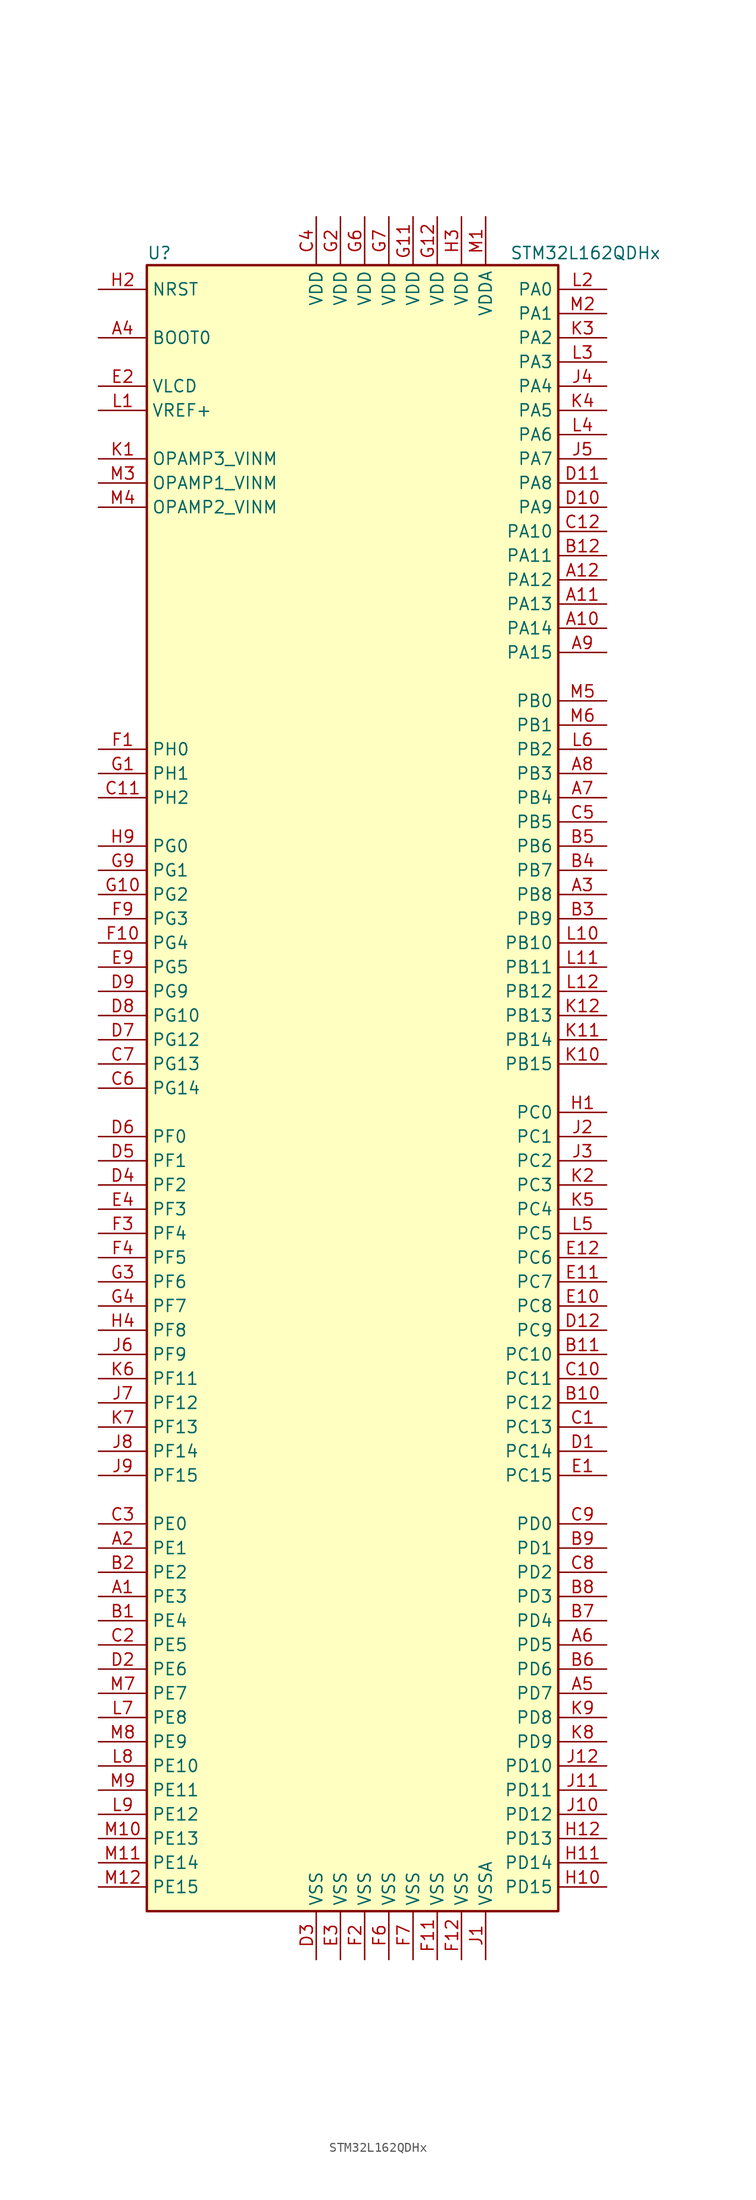
<source format=kicad_sym>
(kicad_symbol_lib
  (version 20201005)
  (generator kicad_symbol_editor)
  (symbol "STM32L162QDHx"
    (property "Reference" "U"
      (at -22.86 87.63 0)
      (effects (font (size 1.27 1.27)) (justify left)))
    (property "Value" "STM32L162QDHx"
      (at 15.24 87.63 0)
      (effects (font (size 1.27 1.27)) (justify left)))
    (symbol "STM32L162QDHx_0_1"
      (rectangle (start -22.86 -86.36) (end 20.32 86.36) (stroke (width 0.254)) (fill (type background))))
    (symbol "STM32L162QDHx_1_1"
      (pin input line (at -27.94 78.74 0) (length 5.08) (name "BOOT0" (effects (font (size 1.27 1.27)))) (number "A4" (effects (font (size 1.27 1.27)))))
      (pin input line (at -27.94 83.82 0) (length 5.08) (name "NRST" (effects (font (size 1.27 1.27)))) (number "H2" (effects (font (size 1.27 1.27)))))
      (pin bidirectional line (at -27.94 63.5 0) (length 5.08) (name "OPAMP1_VINM" (effects (font (size 1.27 1.27)))) (number "M3" (effects (font (size 1.27 1.27)))))
      (pin bidirectional line (at -27.94 60.96 0) (length 5.08) (name "OPAMP2_VINM" (effects (font (size 1.27 1.27)))) (number "M4" (effects (font (size 1.27 1.27)))))
      (pin bidirectional line (at -27.94 66.04 0) (length 5.08) (name "OPAMP3_VINM" (effects (font (size 1.27 1.27)))) (number "K1" (effects (font (size 1.27 1.27)))))
      (pin bidirectional line (at 25.4 83.82 180) (length 5.08) (name "PA0" (effects (font (size 1.27 1.27)))) (number "L2" (effects (font (size 1.27 1.27)))))
      (pin bidirectional line (at 25.4 81.28 180) (length 5.08) (name "PA1" (effects (font (size 1.27 1.27)))) (number "M2" (effects (font (size 1.27 1.27)))))
      (pin bidirectional line (at 25.4 58.42 180) (length 5.08) (name "PA10" (effects (font (size 1.27 1.27)))) (number "C12" (effects (font (size 1.27 1.27)))))
      (pin bidirectional line (at 25.4 55.88 180) (length 5.08) (name "PA11" (effects (font (size 1.27 1.27)))) (number "B12" (effects (font (size 1.27 1.27)))))
      (pin bidirectional line (at 25.4 53.34 180) (length 5.08) (name "PA12" (effects (font (size 1.27 1.27)))) (number "A12" (effects (font (size 1.27 1.27)))))
      (pin bidirectional line (at 25.4 50.8 180) (length 5.08) (name "PA13" (effects (font (size 1.27 1.27)))) (number "A11" (effects (font (size 1.27 1.27)))))
      (pin bidirectional line (at 25.4 48.26 180) (length 5.08) (name "PA14" (effects (font (size 1.27 1.27)))) (number "A10" (effects (font (size 1.27 1.27)))))
      (pin bidirectional line (at 25.4 45.72 180) (length 5.08) (name "PA15" (effects (font (size 1.27 1.27)))) (number "A9" (effects (font (size 1.27 1.27)))))
      (pin bidirectional line (at 25.4 78.74 180) (length 5.08) (name "PA2" (effects (font (size 1.27 1.27)))) (number "K3" (effects (font (size 1.27 1.27)))))
      (pin bidirectional line (at 25.4 76.2 180) (length 5.08) (name "PA3" (effects (font (size 1.27 1.27)))) (number "L3" (effects (font (size 1.27 1.27)))))
      (pin bidirectional line (at 25.4 73.66 180) (length 5.08) (name "PA4" (effects (font (size 1.27 1.27)))) (number "J4" (effects (font (size 1.27 1.27)))))
      (pin bidirectional line (at 25.4 71.12 180) (length 5.08) (name "PA5" (effects (font (size 1.27 1.27)))) (number "K4" (effects (font (size 1.27 1.27)))))
      (pin bidirectional line (at 25.4 68.58 180) (length 5.08) (name "PA6" (effects (font (size 1.27 1.27)))) (number "L4" (effects (font (size 1.27 1.27)))))
      (pin bidirectional line (at 25.4 66.04 180) (length 5.08) (name "PA7" (effects (font (size 1.27 1.27)))) (number "J5" (effects (font (size 1.27 1.27)))))
      (pin bidirectional line (at 25.4 63.5 180) (length 5.08) (name "PA8" (effects (font (size 1.27 1.27)))) (number "D11" (effects (font (size 1.27 1.27)))))
      (pin bidirectional line (at 25.4 60.96 180) (length 5.08) (name "PA9" (effects (font (size 1.27 1.27)))) (number "D10" (effects (font (size 1.27 1.27)))))
      (pin bidirectional line (at 25.4 40.64 180) (length 5.08) (name "PB0" (effects (font (size 1.27 1.27)))) (number "M5" (effects (font (size 1.27 1.27)))))
      (pin bidirectional line (at 25.4 38.1 180) (length 5.08) (name "PB1" (effects (font (size 1.27 1.27)))) (number "M6" (effects (font (size 1.27 1.27)))))
      (pin bidirectional line (at 25.4 15.24 180) (length 5.08) (name "PB10" (effects (font (size 1.27 1.27)))) (number "L10" (effects (font (size 1.27 1.27)))))
      (pin bidirectional line (at 25.4 12.7 180) (length 5.08) (name "PB11" (effects (font (size 1.27 1.27)))) (number "L11" (effects (font (size 1.27 1.27)))))
      (pin bidirectional line (at 25.4 10.16 180) (length 5.08) (name "PB12" (effects (font (size 1.27 1.27)))) (number "L12" (effects (font (size 1.27 1.27)))))
      (pin bidirectional line (at 25.4 7.62 180) (length 5.08) (name "PB13" (effects (font (size 1.27 1.27)))) (number "K12" (effects (font (size 1.27 1.27)))))
      (pin bidirectional line (at 25.4 5.08 180) (length 5.08) (name "PB14" (effects (font (size 1.27 1.27)))) (number "K11" (effects (font (size 1.27 1.27)))))
      (pin bidirectional line (at 25.4 2.54 180) (length 5.08) (name "PB15" (effects (font (size 1.27 1.27)))) (number "K10" (effects (font (size 1.27 1.27)))))
      (pin bidirectional line (at 25.4 35.56 180) (length 5.08) (name "PB2" (effects (font (size 1.27 1.27)))) (number "L6" (effects (font (size 1.27 1.27)))))
      (pin bidirectional line (at 25.4 33.02 180) (length 5.08) (name "PB3" (effects (font (size 1.27 1.27)))) (number "A8" (effects (font (size 1.27 1.27)))))
      (pin bidirectional line (at 25.4 30.48 180) (length 5.08) (name "PB4" (effects (font (size 1.27 1.27)))) (number "A7" (effects (font (size 1.27 1.27)))))
      (pin bidirectional line (at 25.4 27.94 180) (length 5.08) (name "PB5" (effects (font (size 1.27 1.27)))) (number "C5" (effects (font (size 1.27 1.27)))))
      (pin bidirectional line (at 25.4 25.4 180) (length 5.08) (name "PB6" (effects (font (size 1.27 1.27)))) (number "B5" (effects (font (size 1.27 1.27)))))
      (pin bidirectional line (at 25.4 22.86 180) (length 5.08) (name "PB7" (effects (font (size 1.27 1.27)))) (number "B4" (effects (font (size 1.27 1.27)))))
      (pin bidirectional line (at 25.4 20.32 180) (length 5.08) (name "PB8" (effects (font (size 1.27 1.27)))) (number "A3" (effects (font (size 1.27 1.27)))))
      (pin bidirectional line (at 25.4 17.78 180) (length 5.08) (name "PB9" (effects (font (size 1.27 1.27)))) (number "B3" (effects (font (size 1.27 1.27)))))
      (pin bidirectional line (at 25.4 -2.54 180) (length 5.08) (name "PC0" (effects (font (size 1.27 1.27)))) (number "H1" (effects (font (size 1.27 1.27)))))
      (pin bidirectional line (at 25.4 -5.08 180) (length 5.08) (name "PC1" (effects (font (size 1.27 1.27)))) (number "J2" (effects (font (size 1.27 1.27)))))
      (pin bidirectional line (at 25.4 -27.94 180) (length 5.08) (name "PC10" (effects (font (size 1.27 1.27)))) (number "B11" (effects (font (size 1.27 1.27)))))
      (pin bidirectional line (at 25.4 -30.48 180) (length 5.08) (name "PC11" (effects (font (size 1.27 1.27)))) (number "C10" (effects (font (size 1.27 1.27)))))
      (pin bidirectional line (at 25.4 -33.02 180) (length 5.08) (name "PC12" (effects (font (size 1.27 1.27)))) (number "B10" (effects (font (size 1.27 1.27)))))
      (pin bidirectional line (at 25.4 -35.56 180) (length 5.08) (name "PC13" (effects (font (size 1.27 1.27)))) (number "C1" (effects (font (size 1.27 1.27)))))
      (pin bidirectional line (at 25.4 -38.1 180) (length 5.08) (name "PC14" (effects (font (size 1.27 1.27)))) (number "D1" (effects (font (size 1.27 1.27)))))
      (pin bidirectional line (at 25.4 -40.64 180) (length 5.08) (name "PC15" (effects (font (size 1.27 1.27)))) (number "E1" (effects (font (size 1.27 1.27)))))
      (pin bidirectional line (at 25.4 -7.62 180) (length 5.08) (name "PC2" (effects (font (size 1.27 1.27)))) (number "J3" (effects (font (size 1.27 1.27)))))
      (pin bidirectional line (at 25.4 -10.16 180) (length 5.08) (name "PC3" (effects (font (size 1.27 1.27)))) (number "K2" (effects (font (size 1.27 1.27)))))
      (pin bidirectional line (at 25.4 -12.7 180) (length 5.08) (name "PC4" (effects (font (size 1.27 1.27)))) (number "K5" (effects (font (size 1.27 1.27)))))
      (pin bidirectional line (at 25.4 -15.24 180) (length 5.08) (name "PC5" (effects (font (size 1.27 1.27)))) (number "L5" (effects (font (size 1.27 1.27)))))
      (pin bidirectional line (at 25.4 -17.78 180) (length 5.08) (name "PC6" (effects (font (size 1.27 1.27)))) (number "E12" (effects (font (size 1.27 1.27)))))
      (pin bidirectional line (at 25.4 -20.32 180) (length 5.08) (name "PC7" (effects (font (size 1.27 1.27)))) (number "E11" (effects (font (size 1.27 1.27)))))
      (pin bidirectional line (at 25.4 -22.86 180) (length 5.08) (name "PC8" (effects (font (size 1.27 1.27)))) (number "E10" (effects (font (size 1.27 1.27)))))
      (pin bidirectional line (at 25.4 -25.4 180) (length 5.08) (name "PC9" (effects (font (size 1.27 1.27)))) (number "D12" (effects (font (size 1.27 1.27)))))
      (pin bidirectional line (at 25.4 -45.72 180) (length 5.08) (name "PD0" (effects (font (size 1.27 1.27)))) (number "C9" (effects (font (size 1.27 1.27)))))
      (pin bidirectional line (at 25.4 -48.26 180) (length 5.08) (name "PD1" (effects (font (size 1.27 1.27)))) (number "B9" (effects (font (size 1.27 1.27)))))
      (pin bidirectional line (at 25.4 -71.12 180) (length 5.08) (name "PD10" (effects (font (size 1.27 1.27)))) (number "J12" (effects (font (size 1.27 1.27)))))
      (pin bidirectional line (at 25.4 -73.66 180) (length 5.08) (name "PD11" (effects (font (size 1.27 1.27)))) (number "J11" (effects (font (size 1.27 1.27)))))
      (pin bidirectional line (at 25.4 -76.2 180) (length 5.08) (name "PD12" (effects (font (size 1.27 1.27)))) (number "J10" (effects (font (size 1.27 1.27)))))
      (pin bidirectional line (at 25.4 -78.74 180) (length 5.08) (name "PD13" (effects (font (size 1.27 1.27)))) (number "H12" (effects (font (size 1.27 1.27)))))
      (pin bidirectional line (at 25.4 -81.28 180) (length 5.08) (name "PD14" (effects (font (size 1.27 1.27)))) (number "H11" (effects (font (size 1.27 1.27)))))
      (pin bidirectional line (at 25.4 -83.82 180) (length 5.08) (name "PD15" (effects (font (size 1.27 1.27)))) (number "H10" (effects (font (size 1.27 1.27)))))
      (pin bidirectional line (at 25.4 -50.8 180) (length 5.08) (name "PD2" (effects (font (size 1.27 1.27)))) (number "C8" (effects (font (size 1.27 1.27)))))
      (pin bidirectional line (at 25.4 -53.34 180) (length 5.08) (name "PD3" (effects (font (size 1.27 1.27)))) (number "B8" (effects (font (size 1.27 1.27)))))
      (pin bidirectional line (at 25.4 -55.88 180) (length 5.08) (name "PD4" (effects (font (size 1.27 1.27)))) (number "B7" (effects (font (size 1.27 1.27)))))
      (pin bidirectional line (at 25.4 -58.42 180) (length 5.08) (name "PD5" (effects (font (size 1.27 1.27)))) (number "A6" (effects (font (size 1.27 1.27)))))
      (pin bidirectional line (at 25.4 -60.96 180) (length 5.08) (name "PD6" (effects (font (size 1.27 1.27)))) (number "B6" (effects (font (size 1.27 1.27)))))
      (pin bidirectional line (at 25.4 -63.5 180) (length 5.08) (name "PD7" (effects (font (size 1.27 1.27)))) (number "A5" (effects (font (size 1.27 1.27)))))
      (pin bidirectional line (at 25.4 -66.04 180) (length 5.08) (name "PD8" (effects (font (size 1.27 1.27)))) (number "K9" (effects (font (size 1.27 1.27)))))
      (pin bidirectional line (at 25.4 -68.58 180) (length 5.08) (name "PD9" (effects (font (size 1.27 1.27)))) (number "K8" (effects (font (size 1.27 1.27)))))
      (pin bidirectional line (at -27.94 -45.72 0) (length 5.08) (name "PE0" (effects (font (size 1.27 1.27)))) (number "C3" (effects (font (size 1.27 1.27)))))
      (pin bidirectional line (at -27.94 -48.26 0) (length 5.08) (name "PE1" (effects (font (size 1.27 1.27)))) (number "A2" (effects (font (size 1.27 1.27)))))
      (pin bidirectional line (at -27.94 -71.12 0) (length 5.08) (name "PE10" (effects (font (size 1.27 1.27)))) (number "L8" (effects (font (size 1.27 1.27)))))
      (pin bidirectional line (at -27.94 -73.66 0) (length 5.08) (name "PE11" (effects (font (size 1.27 1.27)))) (number "M9" (effects (font (size 1.27 1.27)))))
      (pin bidirectional line (at -27.94 -76.2 0) (length 5.08) (name "PE12" (effects (font (size 1.27 1.27)))) (number "L9" (effects (font (size 1.27 1.27)))))
      (pin bidirectional line (at -27.94 -78.74 0) (length 5.08) (name "PE13" (effects (font (size 1.27 1.27)))) (number "M10" (effects (font (size 1.27 1.27)))))
      (pin bidirectional line (at -27.94 -81.28 0) (length 5.08) (name "PE14" (effects (font (size 1.27 1.27)))) (number "M11" (effects (font (size 1.27 1.27)))))
      (pin bidirectional line (at -27.94 -83.82 0) (length 5.08) (name "PE15" (effects (font (size 1.27 1.27)))) (number "M12" (effects (font (size 1.27 1.27)))))
      (pin bidirectional line (at -27.94 -50.8 0) (length 5.08) (name "PE2" (effects (font (size 1.27 1.27)))) (number "B2" (effects (font (size 1.27 1.27)))))
      (pin bidirectional line (at -27.94 -53.34 0) (length 5.08) (name "PE3" (effects (font (size 1.27 1.27)))) (number "A1" (effects (font (size 1.27 1.27)))))
      (pin bidirectional line (at -27.94 -55.88 0) (length 5.08) (name "PE4" (effects (font (size 1.27 1.27)))) (number "B1" (effects (font (size 1.27 1.27)))))
      (pin bidirectional line (at -27.94 -58.42 0) (length 5.08) (name "PE5" (effects (font (size 1.27 1.27)))) (number "C2" (effects (font (size 1.27 1.27)))))
      (pin bidirectional line (at -27.94 -60.96 0) (length 5.08) (name "PE6" (effects (font (size 1.27 1.27)))) (number "D2" (effects (font (size 1.27 1.27)))))
      (pin bidirectional line (at -27.94 -63.5 0) (length 5.08) (name "PE7" (effects (font (size 1.27 1.27)))) (number "M7" (effects (font (size 1.27 1.27)))))
      (pin bidirectional line (at -27.94 -66.04 0) (length 5.08) (name "PE8" (effects (font (size 1.27 1.27)))) (number "L7" (effects (font (size 1.27 1.27)))))
      (pin bidirectional line (at -27.94 -68.58 0) (length 5.08) (name "PE9" (effects (font (size 1.27 1.27)))) (number "M8" (effects (font (size 1.27 1.27)))))
      (pin bidirectional line (at -27.94 -5.08 0) (length 5.08) (name "PF0" (effects (font (size 1.27 1.27)))) (number "D6" (effects (font (size 1.27 1.27)))))
      (pin bidirectional line (at -27.94 -7.62 0) (length 5.08) (name "PF1" (effects (font (size 1.27 1.27)))) (number "D5" (effects (font (size 1.27 1.27)))))
      (pin bidirectional line (at -27.94 -30.48 0) (length 5.08) (name "PF11" (effects (font (size 1.27 1.27)))) (number "K6" (effects (font (size 1.27 1.27)))))
      (pin bidirectional line (at -27.94 -33.02 0) (length 5.08) (name "PF12" (effects (font (size 1.27 1.27)))) (number "J7" (effects (font (size 1.27 1.27)))))
      (pin bidirectional line (at -27.94 -35.56 0) (length 5.08) (name "PF13" (effects (font (size 1.27 1.27)))) (number "K7" (effects (font (size 1.27 1.27)))))
      (pin bidirectional line (at -27.94 -38.1 0) (length 5.08) (name "PF14" (effects (font (size 1.27 1.27)))) (number "J8" (effects (font (size 1.27 1.27)))))
      (pin bidirectional line (at -27.94 -40.64 0) (length 5.08) (name "PF15" (effects (font (size 1.27 1.27)))) (number "J9" (effects (font (size 1.27 1.27)))))
      (pin bidirectional line (at -27.94 -10.16 0) (length 5.08) (name "PF2" (effects (font (size 1.27 1.27)))) (number "D4" (effects (font (size 1.27 1.27)))))
      (pin bidirectional line (at -27.94 -12.7 0) (length 5.08) (name "PF3" (effects (font (size 1.27 1.27)))) (number "E4" (effects (font (size 1.27 1.27)))))
      (pin bidirectional line (at -27.94 -15.24 0) (length 5.08) (name "PF4" (effects (font (size 1.27 1.27)))) (number "F3" (effects (font (size 1.27 1.27)))))
      (pin bidirectional line (at -27.94 -17.78 0) (length 5.08) (name "PF5" (effects (font (size 1.27 1.27)))) (number "F4" (effects (font (size 1.27 1.27)))))
      (pin bidirectional line (at -27.94 -20.32 0) (length 5.08) (name "PF6" (effects (font (size 1.27 1.27)))) (number "G3" (effects (font (size 1.27 1.27)))))
      (pin bidirectional line (at -27.94 -22.86 0) (length 5.08) (name "PF7" (effects (font (size 1.27 1.27)))) (number "G4" (effects (font (size 1.27 1.27)))))
      (pin bidirectional line (at -27.94 -25.4 0) (length 5.08) (name "PF8" (effects (font (size 1.27 1.27)))) (number "H4" (effects (font (size 1.27 1.27)))))
      (pin bidirectional line (at -27.94 -27.94 0) (length 5.08) (name "PF9" (effects (font (size 1.27 1.27)))) (number "J6" (effects (font (size 1.27 1.27)))))
      (pin bidirectional line (at -27.94 25.4 0) (length 5.08) (name "PG0" (effects (font (size 1.27 1.27)))) (number "H9" (effects (font (size 1.27 1.27)))))
      (pin bidirectional line (at -27.94 22.86 0) (length 5.08) (name "PG1" (effects (font (size 1.27 1.27)))) (number "G9" (effects (font (size 1.27 1.27)))))
      (pin bidirectional line (at -27.94 7.62 0) (length 5.08) (name "PG10" (effects (font (size 1.27 1.27)))) (number "D8" (effects (font (size 1.27 1.27)))))
      (pin bidirectional line (at -27.94 5.08 0) (length 5.08) (name "PG12" (effects (font (size 1.27 1.27)))) (number "D7" (effects (font (size 1.27 1.27)))))
      (pin bidirectional line (at -27.94 2.54 0) (length 5.08) (name "PG13" (effects (font (size 1.27 1.27)))) (number "C7" (effects (font (size 1.27 1.27)))))
      (pin bidirectional line (at -27.94 0 0) (length 5.08) (name "PG14" (effects (font (size 1.27 1.27)))) (number "C6" (effects (font (size 1.27 1.27)))))
      (pin bidirectional line (at -27.94 20.32 0) (length 5.08) (name "PG2" (effects (font (size 1.27 1.27)))) (number "G10" (effects (font (size 1.27 1.27)))))
      (pin bidirectional line (at -27.94 17.78 0) (length 5.08) (name "PG3" (effects (font (size 1.27 1.27)))) (number "F9" (effects (font (size 1.27 1.27)))))
      (pin bidirectional line (at -27.94 15.24 0) (length 5.08) (name "PG4" (effects (font (size 1.27 1.27)))) (number "F10" (effects (font (size 1.27 1.27)))))
      (pin bidirectional line (at -27.94 12.7 0) (length 5.08) (name "PG5" (effects (font (size 1.27 1.27)))) (number "E9" (effects (font (size 1.27 1.27)))))
      (pin bidirectional line (at -27.94 10.16 0) (length 5.08) (name "PG9" (effects (font (size 1.27 1.27)))) (number "D9" (effects (font (size 1.27 1.27)))))
      (pin input line (at -27.94 35.56 0) (length 5.08) (name "PH0" (effects (font (size 1.27 1.27)))) (number "F1" (effects (font (size 1.27 1.27)))))
      (pin input line (at -27.94 33.02 0) (length 5.08) (name "PH1" (effects (font (size 1.27 1.27)))) (number "G1" (effects (font (size 1.27 1.27)))))
      (pin bidirectional line (at -27.94 30.48 0) (length 5.08) (name "PH2" (effects (font (size 1.27 1.27)))) (number "C11" (effects (font (size 1.27 1.27)))))
      (pin power_in line (at -5.08 91.44 270) (length 5.08) (name "VDD" (effects (font (size 1.27 1.27)))) (number "C4" (effects (font (size 1.27 1.27)))))
      (pin power_in line (at 5.08 91.44 270) (length 5.08) (name "VDD" (effects (font (size 1.27 1.27)))) (number "G11" (effects (font (size 1.27 1.27)))))
      (pin power_in line (at 7.62 91.44 270) (length 5.08) (name "VDD" (effects (font (size 1.27 1.27)))) (number "G12" (effects (font (size 1.27 1.27)))))
      (pin power_in line (at -2.54 91.44 270) (length 5.08) (name "VDD" (effects (font (size 1.27 1.27)))) (number "G2" (effects (font (size 1.27 1.27)))))
      (pin power_in line (at 0 91.44 270) (length 5.08) (name "VDD" (effects (font (size 1.27 1.27)))) (number "G6" (effects (font (size 1.27 1.27)))))
      (pin power_in line (at 2.54 91.44 270) (length 5.08) (name "VDD" (effects (font (size 1.27 1.27)))) (number "G7" (effects (font (size 1.27 1.27)))))
      (pin power_in line (at 10.16 91.44 270) (length 5.08) (name "VDD" (effects (font (size 1.27 1.27)))) (number "H3" (effects (font (size 1.27 1.27)))))
      (pin power_in line (at 12.7 91.44 270) (length 5.08) (name "VDDA" (effects (font (size 1.27 1.27)))) (number "M1" (effects (font (size 1.27 1.27)))))
      (pin power_in line (at -27.94 73.66 0) (length 5.08) (name "VLCD" (effects (font (size 1.27 1.27)))) (number "E2" (effects (font (size 1.27 1.27)))))
      (pin power_in line (at -27.94 71.12 0) (length 5.08) (name "VREF+" (effects (font (size 1.27 1.27)))) (number "L1" (effects (font (size 1.27 1.27)))))
      (pin power_in line (at -5.08 -91.44 90) (length 5.08) (name "VSS" (effects (font (size 1.27 1.27)))) (number "D3" (effects (font (size 1.27 1.27)))))
      (pin power_in line (at -2.54 -91.44 90) (length 5.08) (name "VSS" (effects (font (size 1.27 1.27)))) (number "E3" (effects (font (size 1.27 1.27)))))
      (pin power_in line (at 7.62 -91.44 90) (length 5.08) (name "VSS" (effects (font (size 1.27 1.27)))) (number "F11" (effects (font (size 1.27 1.27)))))
      (pin power_in line (at 10.16 -91.44 90) (length 5.08) (name "VSS" (effects (font (size 1.27 1.27)))) (number "F12" (effects (font (size 1.27 1.27)))))
      (pin power_in line (at 0 -91.44 90) (length 5.08) (name "VSS" (effects (font (size 1.27 1.27)))) (number "F2" (effects (font (size 1.27 1.27)))))
      (pin power_in line (at 2.54 -91.44 90) (length 5.08) (name "VSS" (effects (font (size 1.27 1.27)))) (number "F6" (effects (font (size 1.27 1.27)))))
      (pin power_in line (at 5.08 -91.44 90) (length 5.08) (name "VSS" (effects (font (size 1.27 1.27)))) (number "F7" (effects (font (size 1.27 1.27)))))
      (pin power_in line (at 12.7 -91.44 90) (length 5.08) (name "VSSA" (effects (font (size 1.27 1.27)))) (number "J1" (effects (font (size 1.27 1.27))))))))
</source>
